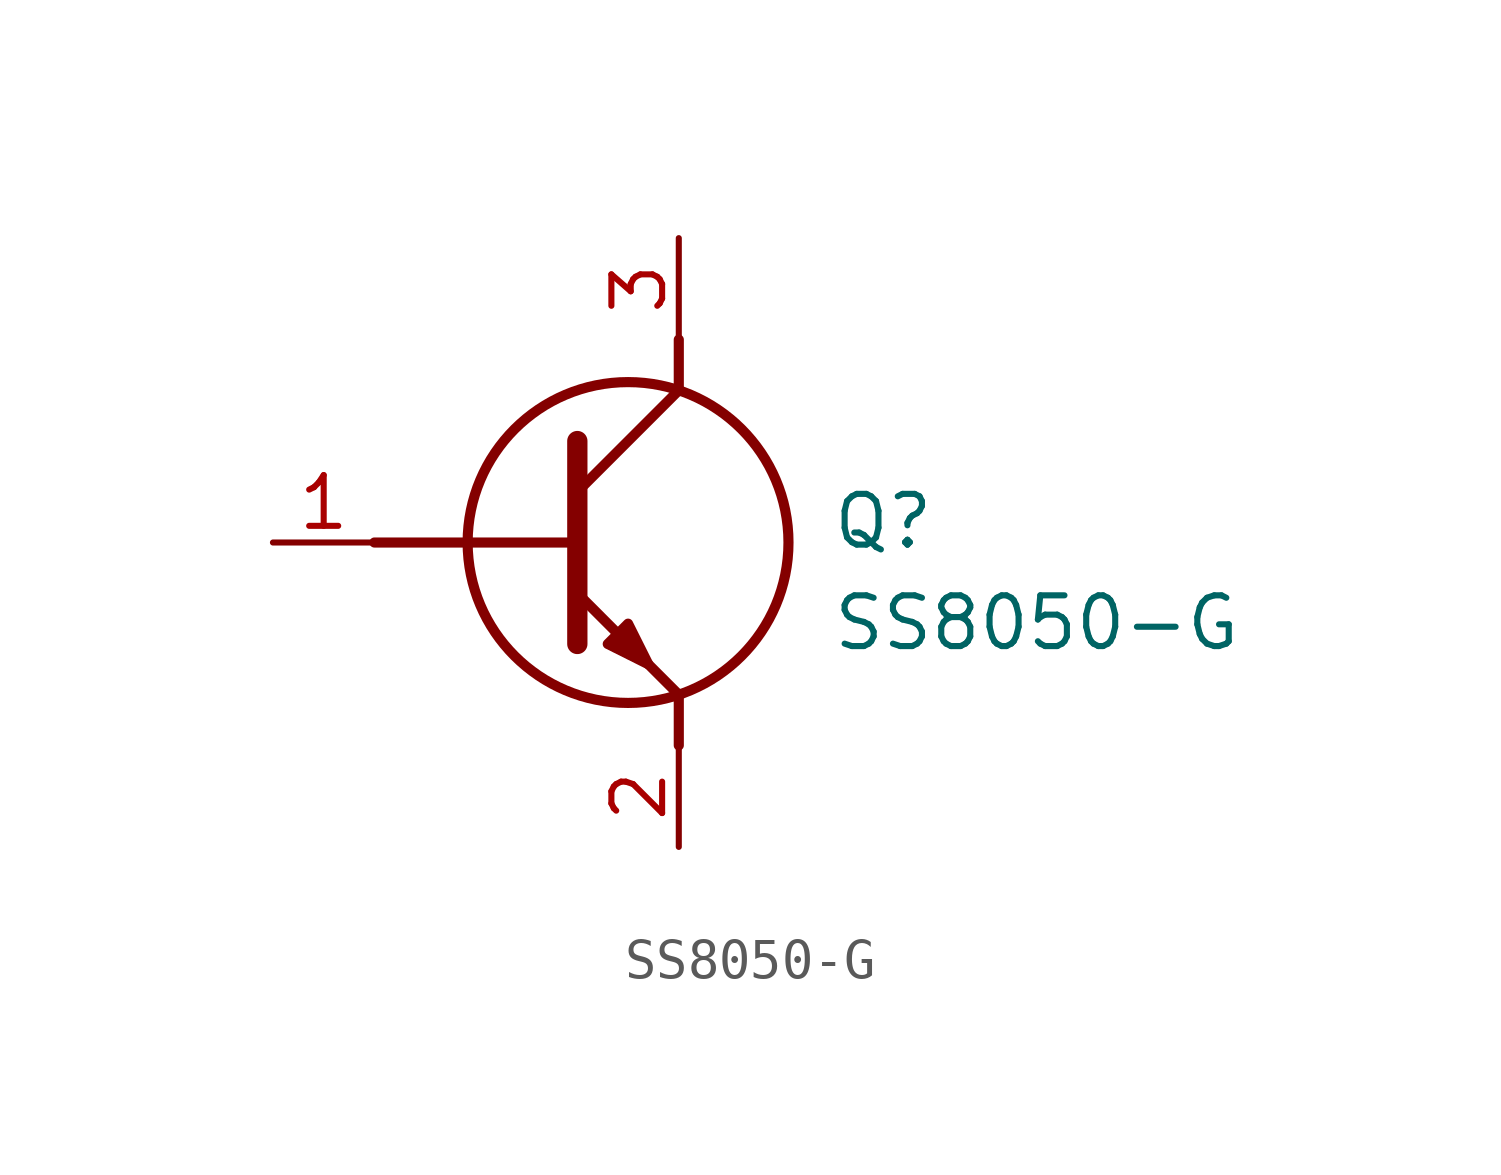
<source format=kicad_sym>
(kicad_symbol_lib
  (version 20211014)
  (generator SamacSys_ECAD_Model)
  (symbol "SS8050-G"
    (pin_names hide)
    (property "Reference" "Q"
      (at 13.97 1.27 0)
      (effects (font (size 1.27 1.27)) (justify left top)))
    (property "Value" "SS8050-G"
      (at 13.97 -1.27 0)
      (effects (font (size 1.27 1.27)) (justify left top)))
    (polyline
      (pts (xy 7.62 2.54) (xy 7.62 -2.54))
      (stroke (width 0.508) (type default))
      (fill (type none)))
    (polyline
      (pts (xy 7.62 1.27) (xy 10.16 3.81))
      (stroke (width 0.254) (type default))
      (fill (type none)))
    (polyline
      (pts (xy 7.62 -1.27) (xy 10.16 -3.81))
      (stroke (width 0.254) (type default))
      (fill (type none)))
    (polyline
      (pts (xy 10.16 -3.81) (xy 10.16 -5.08))
      (stroke (width 0.254) (type default))
      (fill (type none)))
    (polyline
      (pts (xy 10.16 3.81) (xy 10.16 5.08))
      (stroke (width 0.254) (type default))
      (fill (type none)))
    (polyline
      (pts (xy 2.54 0) (xy 7.62 0))
      (stroke (width 0.254) (type default))
      (fill (type none)))
    (circle
      (center 8.89 0)
      (radius 4.016)
      (stroke (width 0.254) (type default))
      (fill (type none)))
    (polyline
      (pts (xy 8.382 -2.54) (xy 8.89 -2.032) (xy 9.398 -3.048) (xy 8.382 -2.54))
      (stroke (width 0.254) (type default))
      (fill (type outline)))
    (pin passive line
      (at 0 0 0)
      (length 2.54)
      (name "B" (effects (font (size 1.27 1.27))))
      (number "1" (effects (font (size 1.27 1.27)))))
    (pin passive line
      (at 10.16 -7.62 90)
      (length 2.54)
      (name "E" (effects (font (size 1.27 1.27))))
      (number "2" (effects (font (size 1.27 1.27)))))
    (pin passive line
      (at 10.16 7.62 270)
      (length 2.54)
      (name "C" (effects (font (size 1.27 1.27))))
      (number "3" (effects (font (size 1.27 1.27)))))))
</source>
